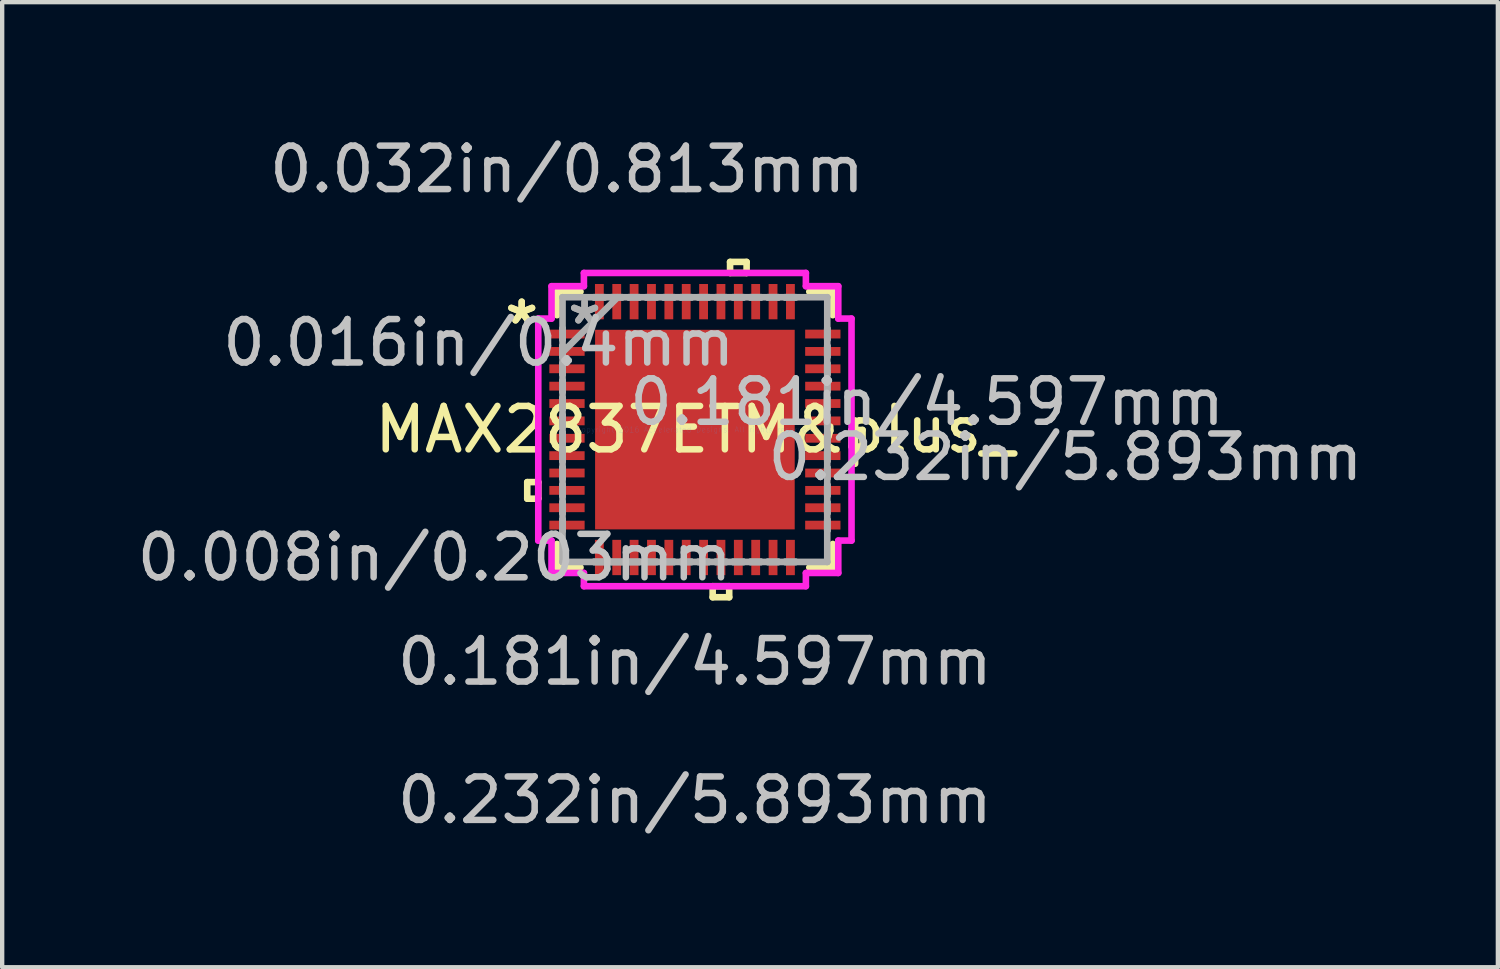
<source format=kicad_pcb>
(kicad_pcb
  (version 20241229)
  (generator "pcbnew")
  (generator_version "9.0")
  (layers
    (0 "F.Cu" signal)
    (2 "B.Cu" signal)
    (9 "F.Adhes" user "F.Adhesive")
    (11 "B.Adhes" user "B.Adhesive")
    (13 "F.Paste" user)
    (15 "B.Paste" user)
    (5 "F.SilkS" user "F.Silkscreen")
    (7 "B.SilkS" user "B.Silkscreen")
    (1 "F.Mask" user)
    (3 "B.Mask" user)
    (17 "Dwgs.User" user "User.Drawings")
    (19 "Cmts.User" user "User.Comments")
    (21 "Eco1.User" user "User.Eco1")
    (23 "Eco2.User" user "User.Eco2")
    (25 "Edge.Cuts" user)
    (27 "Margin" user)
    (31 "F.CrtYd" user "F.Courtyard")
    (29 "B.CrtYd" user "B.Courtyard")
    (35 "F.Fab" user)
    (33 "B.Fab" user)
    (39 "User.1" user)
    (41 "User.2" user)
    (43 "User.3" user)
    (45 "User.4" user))
  (footprint "MAX2837ETM&plus_"
    (layer "F.Cu")
    (at 12.953 6.843)
    (property "Reference" "MAX2837ETM&plus_" (at 0 0 0) (layer "F.SilkS") (effects (font (size 1 1) (thickness 0.15))))
    (attr through_hole)
    (fp_line (start -3.861 1.21) (end -3.861 1.591) (stroke (width 0.152) (type solid)) (layer "F.SilkS"))
    (fp_line (start -3.861 1.591) (end -3.607 1.591) (stroke (width 0.152) (type solid)) (layer "F.SilkS"))
    (fp_line (start -3.607 1.21) (end -3.861 1.21) (stroke (width 0.152) (type solid)) (layer "F.SilkS"))
    (fp_line (start -3.607 1.591) (end -3.607 1.21) (stroke (width 0.152) (type solid)) (layer "F.SilkS"))
    (fp_line (start -3.175 -3.175) (end -3.175 -2.634) (stroke (width 0.152) (type solid)) (layer "F.SilkS"))
    (fp_line (start -3.175 2.634) (end -3.175 3.175) (stroke (width 0.152) (type solid)) (layer "F.SilkS"))
    (fp_line (start -3.175 3.175) (end -2.634 3.175) (stroke (width 0.152) (type solid)) (layer "F.SilkS"))
    (fp_line (start -2.634 -3.175) (end -3.175 -3.175) (stroke (width 0.152) (type solid)) (layer "F.SilkS"))
    (fp_line (start 0.409 3.607) (end 0.409 3.861) (stroke (width 0.152) (type solid)) (layer "F.SilkS"))
    (fp_line (start 0.409 3.861) (end 0.79 3.861) (stroke (width 0.152) (type solid)) (layer "F.SilkS"))
    (fp_line (start 0.79 3.607) (end 0.409 3.607) (stroke (width 0.152) (type solid)) (layer "F.SilkS"))
    (fp_line (start 0.79 3.861) (end 0.79 3.607) (stroke (width 0.152) (type solid)) (layer "F.SilkS"))
    (fp_line (start 0.81 -3.861) (end 1.191 -3.861) (stroke (width 0.152) (type solid)) (layer "F.SilkS"))
    (fp_line (start 0.81 -3.607) (end 0.81 -3.861) (stroke (width 0.152) (type solid)) (layer "F.SilkS"))
    (fp_line (start 1.191 -3.861) (end 1.191 -3.607) (stroke (width 0.152) (type solid)) (layer "F.SilkS"))
    (fp_line (start 1.191 -3.607) (end 0.81 -3.607) (stroke (width 0.152) (type solid)) (layer "F.SilkS"))
    (fp_line (start 2.634 3.175) (end 3.175 3.175) (stroke (width 0.152) (type solid)) (layer "F.SilkS"))
    (fp_line (start 3.175 -3.175) (end 2.634 -3.175) (stroke (width 0.152) (type solid)) (layer "F.SilkS"))
    (fp_line (start 3.175 -2.634) (end 3.175 -3.175) (stroke (width 0.152) (type solid)) (layer "F.SilkS"))
    (fp_line (start 3.175 3.175) (end 3.175 2.634) (stroke (width 0.152) (type solid)) (layer "F.SilkS"))
    (fp_line (start 3.607 0.009) (end 3.861 0.009) (stroke (width 0.152) (type solid)) (layer "F.SilkS"))
    (fp_line (start 3.607 0.391) (end 3.607 0.009) (stroke (width 0.152) (type solid)) (layer "F.SilkS"))
    (fp_line (start 3.861 0.009) (end 3.861 0.391) (stroke (width 0.152) (type solid)) (layer "F.SilkS"))
    (fp_line (start 3.861 0.391) (end 3.607 0.391) (stroke (width 0.152) (type solid)) (layer "F.SilkS"))
    (fp_line (start -2.199 -2.199) (end -2.199 -0.866) (stroke (width 0.152) (type solid)) (layer "F.Paste"))
    (fp_line (start -2.199 -0.866) (end -0.866 -0.866) (stroke (width 0.152) (type solid)) (layer "F.Paste"))
    (fp_line (start -2.199 -0.666) (end -2.199 0.666) (stroke (width 0.152) (type solid)) (layer "F.Paste"))
    (fp_line (start -2.199 0.666) (end -0.866 0.666) (stroke (width 0.152) (type solid)) (layer "F.Paste"))
    (fp_line (start -2.199 0.866) (end -2.199 2.199) (stroke (width 0.152) (type solid)) (layer "F.Paste"))
    (fp_line (start -2.199 2.199) (end -0.866 2.199) (stroke (width 0.152) (type solid)) (layer "F.Paste"))
    (fp_line (start -0.866 -2.199) (end -2.199 -2.199) (stroke (width 0.152) (type solid)) (layer "F.Paste"))
    (fp_line (start -0.866 -0.866) (end -0.866 -2.199) (stroke (width 0.152) (type solid)) (layer "F.Paste"))
    (fp_line (start -0.866 -0.666) (end -2.199 -0.666) (stroke (width 0.152) (type solid)) (layer "F.Paste"))
    (fp_line (start -0.866 0.666) (end -0.866 -0.666) (stroke (width 0.152) (type solid)) (layer "F.Paste"))
    (fp_line (start -0.866 0.866) (end -2.199 0.866) (stroke (width 0.152) (type solid)) (layer "F.Paste"))
    (fp_line (start -0.866 2.199) (end -0.866 0.866) (stroke (width 0.152) (type solid)) (layer "F.Paste"))
    (fp_line (start -0.666 -2.199) (end -0.666 -0.866) (stroke (width 0.152) (type solid)) (layer "F.Paste"))
    (fp_line (start -0.666 -0.866) (end 0.666 -0.866) (stroke (width 0.152) (type solid)) (layer "F.Paste"))
    (fp_line (start -0.666 -0.666) (end -0.666 0.666) (stroke (width 0.152) (type solid)) (layer "F.Paste"))
    (fp_line (start -0.666 0.666) (end 0.666 0.666) (stroke (width 0.152) (type solid)) (layer "F.Paste"))
    (fp_line (start -0.666 0.866) (end -0.666 2.199) (stroke (width 0.152) (type solid)) (layer "F.Paste"))
    (fp_line (start -0.666 2.199) (end 0.666 2.199) (stroke (width 0.152) (type solid)) (layer "F.Paste"))
    (fp_line (start 0.666 -2.199) (end -0.666 -2.199) (stroke (width 0.152) (type solid)) (layer "F.Paste"))
    (fp_line (start 0.666 -0.866) (end 0.666 -2.199) (stroke (width 0.152) (type solid)) (layer "F.Paste"))
    (fp_line (start 0.666 -0.666) (end -0.666 -0.666) (stroke (width 0.152) (type solid)) (layer "F.Paste"))
    (fp_line (start 0.666 0.666) (end 0.666 -0.666) (stroke (width 0.152) (type solid)) (layer "F.Paste"))
    (fp_line (start 0.666 0.866) (end -0.666 0.866) (stroke (width 0.152) (type solid)) (layer "F.Paste"))
    (fp_line (start 0.666 2.199) (end 0.666 0.866) (stroke (width 0.152) (type solid)) (layer "F.Paste"))
    (fp_line (start 0.866 -2.199) (end 0.866 -0.866) (stroke (width 0.152) (type solid)) (layer "F.Paste"))
    (fp_line (start 0.866 -0.866) (end 2.199 -0.866) (stroke (width 0.152) (type solid)) (layer "F.Paste"))
    (fp_line (start 0.866 -0.666) (end 0.866 0.666) (stroke (width 0.152) (type solid)) (layer "F.Paste"))
    (fp_line (start 0.866 0.666) (end 2.199 0.666) (stroke (width 0.152) (type solid)) (layer "F.Paste"))
    (fp_line (start 0.866 0.866) (end 0.866 2.199) (stroke (width 0.152) (type solid)) (layer "F.Paste"))
    (fp_line (start 0.866 2.199) (end 2.199 2.199) (stroke (width 0.152) (type solid)) (layer "F.Paste"))
    (fp_line (start 2.199 -2.199) (end 0.866 -2.199) (stroke (width 0.152) (type solid)) (layer "F.Paste"))
    (fp_line (start 2.199 -0.866) (end 2.199 -2.199) (stroke (width 0.152) (type solid)) (layer "F.Paste"))
    (fp_line (start 2.199 -0.666) (end 0.866 -0.666) (stroke (width 0.152) (type solid)) (layer "F.Paste"))
    (fp_line (start 2.199 0.666) (end 2.199 -0.666) (stroke (width 0.152) (type solid)) (layer "F.Paste"))
    (fp_line (start 2.199 0.866) (end 0.866 0.866) (stroke (width 0.152) (type solid)) (layer "F.Paste"))
    (fp_line (start 2.199 2.199) (end 2.199 0.866) (stroke (width 0.152) (type solid)) (layer "F.Paste"))
    (fp_line (start -3.607 -2.556) (end -3.302 -2.556) (stroke (width 0.152) (type solid)) (layer "F.CrtYd"))
    (fp_line (start -3.607 2.556) (end -3.607 -2.556) (stroke (width 0.152) (type solid)) (layer "F.CrtYd"))
    (fp_line (start -3.302 -3.302) (end -2.556 -3.302) (stroke (width 0.152) (type solid)) (layer "F.CrtYd"))
    (fp_line (start -3.302 -2.556) (end -3.302 -3.302) (stroke (width 0.152) (type solid)) (layer "F.CrtYd"))
    (fp_line (start -3.302 2.556) (end -3.607 2.556) (stroke (width 0.152) (type solid)) (layer "F.CrtYd"))
    (fp_line (start -3.302 3.302) (end -3.302 2.556) (stroke (width 0.152) (type solid)) (layer "F.CrtYd"))
    (fp_line (start -2.556 -3.607) (end 2.556 -3.607) (stroke (width 0.152) (type solid)) (layer "F.CrtYd"))
    (fp_line (start -2.556 -3.302) (end -2.556 -3.607) (stroke (width 0.152) (type solid)) (layer "F.CrtYd"))
    (fp_line (start -2.556 3.302) (end -3.302 3.302) (stroke (width 0.152) (type solid)) (layer "F.CrtYd"))
    (fp_line (start -2.556 3.607) (end -2.556 3.302) (stroke (width 0.152) (type solid)) (layer "F.CrtYd"))
    (fp_line (start 2.556 -3.607) (end 2.556 -3.302) (stroke (width 0.152) (type solid)) (layer "F.CrtYd"))
    (fp_line (start 2.556 -3.302) (end 3.302 -3.302) (stroke (width 0.152) (type solid)) (layer "F.CrtYd"))
    (fp_line (start 2.556 3.302) (end 2.556 3.607) (stroke (width 0.152) (type solid)) (layer "F.CrtYd"))
    (fp_line (start 2.556 3.607) (end -2.556 3.607) (stroke (width 0.152) (type solid)) (layer "F.CrtYd"))
    (fp_line (start 3.302 -3.302) (end 3.302 -2.556) (stroke (width 0.152) (type solid)) (layer "F.CrtYd"))
    (fp_line (start 3.302 -2.556) (end 3.607 -2.556) (stroke (width 0.152) (type solid)) (layer "F.CrtYd"))
    (fp_line (start 3.302 2.556) (end 3.302 3.302) (stroke (width 0.152) (type solid)) (layer "F.CrtYd"))
    (fp_line (start 3.302 3.302) (end 2.556 3.302) (stroke (width 0.152) (type solid)) (layer "F.CrtYd"))
    (fp_line (start 3.607 -2.556) (end 3.607 2.556) (stroke (width 0.152) (type solid)) (layer "F.CrtYd"))
    (fp_line (start 3.607 2.556) (end 3.302 2.556) (stroke (width 0.152) (type solid)) (layer "F.CrtYd"))
    (fp_line (start -3.048 -3.048) (end -3.048 -3.048) (stroke (width 0.152) (type solid)) (layer "F.Fab"))
    (fp_line (start -3.048 -3.048) (end -3.048 3.048) (stroke (width 0.152) (type solid)) (layer "F.Fab"))
    (fp_line (start -3.048 -2.327) (end -3.048 -2.327) (stroke (width 0.152) (type solid)) (layer "F.Fab"))
    (fp_line (start -3.048 -2.327) (end -3.048 -2.073) (stroke (width 0.152) (type solid)) (layer "F.Fab"))
    (fp_line (start -3.048 -2.073) (end -3.048 -2.327) (stroke (width 0.152) (type solid)) (layer "F.Fab"))
    (fp_line (start -3.048 -2.073) (end -3.048 -2.073) (stroke (width 0.152) (type solid)) (layer "F.Fab"))
    (fp_line (start -3.048 -1.927) (end -3.048 -1.927) (stroke (width 0.152) (type solid)) (layer "F.Fab"))
    (fp_line (start -3.048 -1.927) (end -3.048 -1.673) (stroke (width 0.152) (type solid)) (layer "F.Fab"))
    (fp_line (start -3.048 -1.778) (end -1.778 -3.048) (stroke (width 0.152) (type solid)) (layer "F.Fab"))
    (fp_line (start -3.048 -1.673) (end -3.048 -1.927) (stroke (width 0.152) (type solid)) (layer "F.Fab"))
    (fp_line (start -3.048 -1.673) (end -3.048 -1.673) (stroke (width 0.152) (type solid)) (layer "F.Fab"))
    (fp_line (start -3.048 -1.527) (end -3.048 -1.527) (stroke (width 0.152) (type solid)) (layer "F.Fab"))
    (fp_line (start -3.048 -1.527) (end -3.048 -1.273) (stroke (width 0.152) (type solid)) (layer "F.Fab"))
    (fp_line (start -3.048 -1.273) (end -3.048 -1.527) (stroke (width 0.152) (type solid)) (layer "F.Fab"))
    (fp_line (start -3.048 -1.273) (end -3.048 -1.273) (stroke (width 0.152) (type solid)) (layer "F.Fab"))
    (fp_line (start -3.048 -1.127) (end -3.048 -1.127) (stroke (width 0.152) (type solid)) (layer "F.Fab"))
    (fp_line (start -3.048 -1.127) (end -3.048 -0.873) (stroke (width 0.152) (type solid)) (layer "F.Fab"))
    (fp_line (start -3.048 -0.873) (end -3.048 -1.127) (stroke (width 0.152) (type solid)) (layer "F.Fab"))
    (fp_line (start -3.048 -0.873) (end -3.048 -0.873) (stroke (width 0.152) (type solid)) (layer "F.Fab"))
    (fp_line (start -3.048 -0.727) (end -3.048 -0.727) (stroke (width 0.152) (type solid)) (layer "F.Fab"))
    (fp_line (start -3.048 -0.727) (end -3.048 -0.473) (stroke (width 0.152) (type solid)) (layer "F.Fab"))
    (fp_line (start -3.048 -0.473) (end -3.048 -0.727) (stroke (width 0.152) (type solid)) (layer "F.Fab"))
    (fp_line (start -3.048 -0.473) (end -3.048 -0.473) (stroke (width 0.152) (type solid)) (layer "F.Fab"))
    (fp_line (start -3.048 -0.327) (end -3.048 -0.327) (stroke (width 0.152) (type solid)) (layer "F.Fab"))
    (fp_line (start -3.048 -0.327) (end -3.048 -0.073) (stroke (width 0.152) (type solid)) (layer "F.Fab"))
    (fp_line (start -3.048 -0.073) (end -3.048 -0.327) (stroke (width 0.152) (type solid)) (layer "F.Fab"))
    (fp_line (start -3.048 -0.073) (end -3.048 -0.073) (stroke (width 0.152) (type solid)) (layer "F.Fab"))
    (fp_line (start -3.048 0.073) (end -3.048 0.073) (stroke (width 0.152) (type solid)) (layer "F.Fab"))
    (fp_line (start -3.048 0.073) (end -3.048 0.327) (stroke (width 0.152) (type solid)) (layer "F.Fab"))
    (fp_line (start -3.048 0.327) (end -3.048 0.073) (stroke (width 0.152) (type solid)) (layer "F.Fab"))
    (fp_line (start -3.048 0.327) (end -3.048 0.327) (stroke (width 0.152) (type solid)) (layer "F.Fab"))
    (fp_line (start -3.048 0.473) (end -3.048 0.473) (stroke (width 0.152) (type solid)) (layer "F.Fab"))
    (fp_line (start -3.048 0.473) (end -3.048 0.727) (stroke (width 0.152) (type solid)) (layer "F.Fab"))
    (fp_line (start -3.048 0.727) (end -3.048 0.473) (stroke (width 0.152) (type solid)) (layer "F.Fab"))
    (fp_line (start -3.048 0.727) (end -3.048 0.727) (stroke (width 0.152) (type solid)) (layer "F.Fab"))
    (fp_line (start -3.048 0.873) (end -3.048 0.873) (stroke (width 0.152) (type solid)) (layer "F.Fab"))
    (fp_line (start -3.048 0.873) (end -3.048 1.127) (stroke (width 0.152) (type solid)) (layer "F.Fab"))
    (fp_line (start -3.048 1.127) (end -3.048 0.873) (stroke (width 0.152) (type solid)) (layer "F.Fab"))
    (fp_line (start -3.048 1.127) (end -3.048 1.127) (stroke (width 0.152) (type solid)) (layer "F.Fab"))
    (fp_line (start -3.048 1.273) (end -3.048 1.273) (stroke (width 0.152) (type solid)) (layer "F.Fab"))
    (fp_line (start -3.048 1.273) (end -3.048 1.527) (stroke (width 0.152) (type solid)) (layer "F.Fab"))
    (fp_line (start -3.048 1.527) (end -3.048 1.273) (stroke (width 0.152) (type solid)) (layer "F.Fab"))
    (fp_line (start -3.048 1.527) (end -3.048 1.527) (stroke (width 0.152) (type solid)) (layer "F.Fab"))
    (fp_line (start -3.048 1.673) (end -3.048 1.673) (stroke (width 0.152) (type solid)) (layer "F.Fab"))
    (fp_line (start -3.048 1.673) (end -3.048 1.927) (stroke (width 0.152) (type solid)) (layer "F.Fab"))
    (fp_line (start -3.048 1.927) (end -3.048 1.673) (stroke (width 0.152) (type solid)) (layer "F.Fab"))
    (fp_line (start -3.048 1.927) (end -3.048 1.927) (stroke (width 0.152) (type solid)) (layer "F.Fab"))
    (fp_line (start -3.048 2.073) (end -3.048 2.073) (stroke (width 0.152) (type solid)) (layer "F.Fab"))
    (fp_line (start -3.048 2.073) (end -3.048 2.327) (stroke (width 0.152) (type solid)) (layer "F.Fab"))
    (fp_line (start -3.048 2.327) (end -3.048 2.073) (stroke (width 0.152) (type solid)) (layer "F.Fab"))
    (fp_line (start -3.048 2.327) (end -3.048 2.327) (stroke (width 0.152) (type solid)) (layer "F.Fab"))
    (fp_line (start -3.048 3.048) (end -3.048 3.048) (stroke (width 0.152) (type solid)) (layer "F.Fab"))
    (fp_line (start -3.048 3.048) (end 3.048 3.048) (stroke (width 0.152) (type solid)) (layer "F.Fab"))
    (fp_line (start -2.327 -3.048) (end -2.327 -3.048) (stroke (width 0.152) (type solid)) (layer "F.Fab"))
    (fp_line (start -2.327 -3.048) (end -2.073 -3.048) (stroke (width 0.152) (type solid)) (layer "F.Fab"))
    (fp_line (start -2.327 3.048) (end -2.327 3.048) (stroke (width 0.152) (type solid)) (layer "F.Fab"))
    (fp_line (start -2.327 3.048) (end -2.073 3.048) (stroke (width 0.152) (type solid)) (layer "F.Fab"))
    (fp_line (start -2.073 -3.048) (end -2.327 -3.048) (stroke (width 0.152) (type solid)) (layer "F.Fab"))
    (fp_line (start -2.073 -3.048) (end -2.073 -3.048) (stroke (width 0.152) (type solid)) (layer "F.Fab"))
    (fp_line (start -2.073 3.048) (end -2.327 3.048) (stroke (width 0.152) (type solid)) (layer "F.Fab"))
    (fp_line (start -2.073 3.048) (end -2.073 3.048) (stroke (width 0.152) (type solid)) (layer "F.Fab"))
    (fp_line (start -1.927 -3.048) (end -1.927 -3.048) (stroke (width 0.152) (type solid)) (layer "F.Fab"))
    (fp_line (start -1.927 -3.048) (end -1.673 -3.048) (stroke (width 0.152) (type solid)) (layer "F.Fab"))
    (fp_line (start -1.927 3.048) (end -1.927 3.048) (stroke (width 0.152) (type solid)) (layer "F.Fab"))
    (fp_line (start -1.927 3.048) (end -1.673 3.048) (stroke (width 0.152) (type solid)) (layer "F.Fab"))
    (fp_line (start -1.673 -3.048) (end -1.927 -3.048) (stroke (width 0.152) (type solid)) (layer "F.Fab"))
    (fp_line (start -1.673 -3.048) (end -1.673 -3.048) (stroke (width 0.152) (type solid)) (layer "F.Fab"))
    (fp_line (start -1.673 3.048) (end -1.927 3.048) (stroke (width 0.152) (type solid)) (layer "F.Fab"))
    (fp_line (start -1.673 3.048) (end -1.673 3.048) (stroke (width 0.152) (type solid)) (layer "F.Fab"))
    (fp_line (start -1.527 -3.048) (end -1.527 -3.048) (stroke (width 0.152) (type solid)) (layer "F.Fab"))
    (fp_line (start -1.527 -3.048) (end -1.273 -3.048) (stroke (width 0.152) (type solid)) (layer "F.Fab"))
    (fp_line (start -1.527 3.048) (end -1.527 3.048) (stroke (width 0.152) (type solid)) (layer "F.Fab"))
    (fp_line (start -1.527 3.048) (end -1.273 3.048) (stroke (width 0.152) (type solid)) (layer "F.Fab"))
    (fp_line (start -1.273 -3.048) (end -1.527 -3.048) (stroke (width 0.152) (type solid)) (layer "F.Fab"))
    (fp_line (start -1.273 -3.048) (end -1.273 -3.048) (stroke (width 0.152) (type solid)) (layer "F.Fab"))
    (fp_line (start -1.273 3.048) (end -1.527 3.048) (stroke (width 0.152) (type solid)) (layer "F.Fab"))
    (fp_line (start -1.273 3.048) (end -1.273 3.048) (stroke (width 0.152) (type solid)) (layer "F.Fab"))
    (fp_line (start -1.127 -3.048) (end -1.127 -3.048) (stroke (width 0.152) (type solid)) (layer "F.Fab"))
    (fp_line (start -1.127 -3.048) (end -0.873 -3.048) (stroke (width 0.152) (type solid)) (layer "F.Fab"))
    (fp_line (start -1.127 3.048) (end -1.127 3.048) (stroke (width 0.152) (type solid)) (layer "F.Fab"))
    (fp_line (start -1.127 3.048) (end -0.873 3.048) (stroke (width 0.152) (type solid)) (layer "F.Fab"))
    (fp_line (start -0.873 -3.048) (end -1.127 -3.048) (stroke (width 0.152) (type solid)) (layer "F.Fab"))
    (fp_line (start -0.873 -3.048) (end -0.873 -3.048) (stroke (width 0.152) (type solid)) (layer "F.Fab"))
    (fp_line (start -0.873 3.048) (end -1.127 3.048) (stroke (width 0.152) (type solid)) (layer "F.Fab"))
    (fp_line (start -0.873 3.048) (end -0.873 3.048) (stroke (width 0.152) (type solid)) (layer "F.Fab"))
    (fp_line (start -0.727 -3.048) (end -0.727 -3.048) (stroke (width 0.152) (type solid)) (layer "F.Fab"))
    (fp_line (start -0.727 -3.048) (end -0.473 -3.048) (stroke (width 0.152) (type solid)) (layer "F.Fab"))
    (fp_line (start -0.727 3.048) (end -0.727 3.048) (stroke (width 0.152) (type solid)) (layer "F.Fab"))
    (fp_line (start -0.727 3.048) (end -0.473 3.048) (stroke (width 0.152) (type solid)) (layer "F.Fab"))
    (fp_line (start -0.473 -3.048) (end -0.727 -3.048) (stroke (width 0.152) (type solid)) (layer "F.Fab"))
    (fp_line (start -0.473 -3.048) (end -0.473 -3.048) (stroke (width 0.152) (type solid)) (layer "F.Fab"))
    (fp_line (start -0.473 3.048) (end -0.727 3.048) (stroke (width 0.152) (type solid)) (layer "F.Fab"))
    (fp_line (start -0.473 3.048) (end -0.473 3.048) (stroke (width 0.152) (type solid)) (layer "F.Fab"))
    (fp_line (start -0.327 -3.048) (end -0.327 -3.048) (stroke (width 0.152) (type solid)) (layer "F.Fab"))
    (fp_line (start -0.327 -3.048) (end -0.073 -3.048) (stroke (width 0.152) (type solid)) (layer "F.Fab"))
    (fp_line (start -0.327 3.048) (end -0.327 3.048) (stroke (width 0.152) (type solid)) (layer "F.Fab"))
    (fp_line (start -0.327 3.048) (end -0.073 3.048) (stroke (width 0.152) (type solid)) (layer "F.Fab"))
    (fp_line (start -0.073 -3.048) (end -0.327 -3.048) (stroke (width 0.152) (type solid)) (layer "F.Fab"))
    (fp_line (start -0.073 -3.048) (end -0.073 -3.048) (stroke (width 0.152) (type solid)) (layer "F.Fab"))
    (fp_line (start -0.073 3.048) (end -0.327 3.048) (stroke (width 0.152) (type solid)) (layer "F.Fab"))
    (fp_line (start -0.073 3.048) (end -0.073 3.048) (stroke (width 0.152) (type solid)) (layer "F.Fab"))
    (fp_line (start 0.073 -3.048) (end 0.073 -3.048) (stroke (width 0.152) (type solid)) (layer "F.Fab"))
    (fp_line (start 0.073 -3.048) (end 0.327 -3.048) (stroke (width 0.152) (type solid)) (layer "F.Fab"))
    (fp_line (start 0.073 3.048) (end 0.073 3.048) (stroke (width 0.152) (type solid)) (layer "F.Fab"))
    (fp_line (start 0.073 3.048) (end 0.327 3.048) (stroke (width 0.152) (type solid)) (layer "F.Fab"))
    (fp_line (start 0.327 -3.048) (end 0.073 -3.048) (stroke (width 0.152) (type solid)) (layer "F.Fab"))
    (fp_line (start 0.327 -3.048) (end 0.327 -3.048) (stroke (width 0.152) (type solid)) (layer "F.Fab"))
    (fp_line (start 0.327 3.048) (end 0.073 3.048) (stroke (width 0.152) (type solid)) (layer "F.Fab"))
    (fp_line (start 0.327 3.048) (end 0.327 3.048) (stroke (width 0.152) (type solid)) (layer "F.Fab"))
    (fp_line (start 0.473 -3.048) (end 0.473 -3.048) (stroke (width 0.152) (type solid)) (layer "F.Fab"))
    (fp_line (start 0.473 -3.048) (end 0.727 -3.048) (stroke (width 0.152) (type solid)) (layer "F.Fab"))
    (fp_line (start 0.473 3.048) (end 0.473 3.048) (stroke (width 0.152) (type solid)) (layer "F.Fab"))
    (fp_line (start 0.473 3.048) (end 0.727 3.048) (stroke (width 0.152) (type solid)) (layer "F.Fab"))
    (fp_line (start 0.727 -3.048) (end 0.473 -3.048) (stroke (width 0.152) (type solid)) (layer "F.Fab"))
    (fp_line (start 0.727 -3.048) (end 0.727 -3.048) (stroke (width 0.152) (type solid)) (layer "F.Fab"))
    (fp_line (start 0.727 3.048) (end 0.473 3.048) (stroke (width 0.152) (type solid)) (layer "F.Fab"))
    (fp_line (start 0.727 3.048) (end 0.727 3.048) (stroke (width 0.152) (type solid)) (layer "F.Fab"))
    (fp_line (start 0.873 -3.048) (end 0.873 -3.048) (stroke (width 0.152) (type solid)) (layer "F.Fab"))
    (fp_line (start 0.873 -3.048) (end 1.127 -3.048) (stroke (width 0.152) (type solid)) (layer "F.Fab"))
    (fp_line (start 0.873 3.048) (end 0.873 3.048) (stroke (width 0.152) (type solid)) (layer "F.Fab"))
    (fp_line (start 0.873 3.048) (end 1.127 3.048) (stroke (width 0.152) (type solid)) (layer "F.Fab"))
    (fp_line (start 1.127 -3.048) (end 0.873 -3.048) (stroke (width 0.152) (type solid)) (layer "F.Fab"))
    (fp_line (start 1.127 -3.048) (end 1.127 -3.048) (stroke (width 0.152) (type solid)) (layer "F.Fab"))
    (fp_line (start 1.127 3.048) (end 0.873 3.048) (stroke (width 0.152) (type solid)) (layer "F.Fab"))
    (fp_line (start 1.127 3.048) (end 1.127 3.048) (stroke (width 0.152) (type solid)) (layer "F.Fab"))
    (fp_line (start 1.273 -3.048) (end 1.273 -3.048) (stroke (width 0.152) (type solid)) (layer "F.Fab"))
    (fp_line (start 1.273 -3.048) (end 1.527 -3.048) (stroke (width 0.152) (type solid)) (layer "F.Fab"))
    (fp_line (start 1.273 3.048) (end 1.273 3.048) (stroke (width 0.152) (type solid)) (layer "F.Fab"))
    (fp_line (start 1.273 3.048) (end 1.527 3.048) (stroke (width 0.152) (type solid)) (layer "F.Fab"))
    (fp_line (start 1.527 -3.048) (end 1.273 -3.048) (stroke (width 0.152) (type solid)) (layer "F.Fab"))
    (fp_line (start 1.527 -3.048) (end 1.527 -3.048) (stroke (width 0.152) (type solid)) (layer "F.Fab"))
    (fp_line (start 1.527 3.048) (end 1.273 3.048) (stroke (width 0.152) (type solid)) (layer "F.Fab"))
    (fp_line (start 1.527 3.048) (end 1.527 3.048) (stroke (width 0.152) (type solid)) (layer "F.Fab"))
    (fp_line (start 1.673 -3.048) (end 1.673 -3.048) (stroke (width 0.152) (type solid)) (layer "F.Fab"))
    (fp_line (start 1.673 -3.048) (end 1.927 -3.048) (stroke (width 0.152) (type solid)) (layer "F.Fab"))
    (fp_line (start 1.673 3.048) (end 1.673 3.048) (stroke (width 0.152) (type solid)) (layer "F.Fab"))
    (fp_line (start 1.673 3.048) (end 1.927 3.048) (stroke (width 0.152) (type solid)) (layer "F.Fab"))
    (fp_line (start 1.927 -3.048) (end 1.673 -3.048) (stroke (width 0.152) (type solid)) (layer "F.Fab"))
    (fp_line (start 1.927 -3.048) (end 1.927 -3.048) (stroke (width 0.152) (type solid)) (layer "F.Fab"))
    (fp_line (start 1.927 3.048) (end 1.673 3.048) (stroke (width 0.152) (type solid)) (layer "F.Fab"))
    (fp_line (start 1.927 3.048) (end 1.927 3.048) (stroke (width 0.152) (type solid)) (layer "F.Fab"))
    (fp_line (start 2.073 -3.048) (end 2.073 -3.048) (stroke (width 0.152) (type solid)) (layer "F.Fab"))
    (fp_line (start 2.073 -3.048) (end 2.327 -3.048) (stroke (width 0.152) (type solid)) (layer "F.Fab"))
    (fp_line (start 2.073 3.048) (end 2.073 3.048) (stroke (width 0.152) (type solid)) (layer "F.Fab"))
    (fp_line (start 2.073 3.048) (end 2.327 3.048) (stroke (width 0.152) (type solid)) (layer "F.Fab"))
    (fp_line (start 2.327 -3.048) (end 2.073 -3.048) (stroke (width 0.152) (type solid)) (layer "F.Fab"))
    (fp_line (start 2.327 -3.048) (end 2.327 -3.048) (stroke (width 0.152) (type solid)) (layer "F.Fab"))
    (fp_line (start 2.327 3.048) (end 2.073 3.048) (stroke (width 0.152) (type solid)) (layer "F.Fab"))
    (fp_line (start 2.327 3.048) (end 2.327 3.048) (stroke (width 0.152) (type solid)) (layer "F.Fab"))
    (fp_line (start 3.048 -3.048) (end -3.048 -3.048) (stroke (width 0.152) (type solid)) (layer "F.Fab"))
    (fp_line (start 3.048 -3.048) (end 3.048 -3.048) (stroke (width 0.152) (type solid)) (layer "F.Fab"))
    (fp_line (start 3.048 -2.327) (end 3.048 -2.327) (stroke (width 0.152) (type solid)) (layer "F.Fab"))
    (fp_line (start 3.048 -2.327) (end 3.048 -2.073) (stroke (width 0.152) (type solid)) (layer "F.Fab"))
    (fp_line (start 3.048 -2.073) (end 3.048 -2.327) (stroke (width 0.152) (type solid)) (layer "F.Fab"))
    (fp_line (start 3.048 -2.073) (end 3.048 -2.073) (stroke (width 0.152) (type solid)) (layer "F.Fab"))
    (fp_line (start 3.048 -1.927) (end 3.048 -1.927) (stroke (width 0.152) (type solid)) (layer "F.Fab"))
    (fp_line (start 3.048 -1.927) (end 3.048 -1.673) (stroke (width 0.152) (type solid)) (layer "F.Fab"))
    (fp_line (start 3.048 -1.673) (end 3.048 -1.927) (stroke (width 0.152) (type solid)) (layer "F.Fab"))
    (fp_line (start 3.048 -1.673) (end 3.048 -1.673) (stroke (width 0.152) (type solid)) (layer "F.Fab"))
    (fp_line (start 3.048 -1.527) (end 3.048 -1.527) (stroke (width 0.152) (type solid)) (layer "F.Fab"))
    (fp_line (start 3.048 -1.527) (end 3.048 -1.273) (stroke (width 0.152) (type solid)) (layer "F.Fab"))
    (fp_line (start 3.048 -1.273) (end 3.048 -1.527) (stroke (width 0.152) (type solid)) (layer "F.Fab"))
    (fp_line (start 3.048 -1.273) (end 3.048 -1.273) (stroke (width 0.152) (type solid)) (layer "F.Fab"))
    (fp_line (start 3.048 -1.127) (end 3.048 -1.127) (stroke (width 0.152) (type solid)) (layer "F.Fab"))
    (fp_line (start 3.048 -1.127) (end 3.048 -0.873) (stroke (width 0.152) (type solid)) (layer "F.Fab"))
    (fp_line (start 3.048 -0.873) (end 3.048 -1.127) (stroke (width 0.152) (type solid)) (layer "F.Fab"))
    (fp_line (start 3.048 -0.873) (end 3.048 -0.873) (stroke (width 0.152) (type solid)) (layer "F.Fab"))
    (fp_line (start 3.048 -0.727) (end 3.048 -0.727) (stroke (width 0.152) (type solid)) (layer "F.Fab"))
    (fp_line (start 3.048 -0.727) (end 3.048 -0.473) (stroke (width 0.152) (type solid)) (layer "F.Fab"))
    (fp_line (start 3.048 -0.473) (end 3.048 -0.727) (stroke (width 0.152) (type solid)) (layer "F.Fab"))
    (fp_line (start 3.048 -0.473) (end 3.048 -0.473) (stroke (width 0.152) (type solid)) (layer "F.Fab"))
    (fp_line (start 3.048 -0.327) (end 3.048 -0.327) (stroke (width 0.152) (type solid)) (layer "F.Fab"))
    (fp_line (start 3.048 -0.327) (end 3.048 -0.073) (stroke (width 0.152) (type solid)) (layer "F.Fab"))
    (fp_line (start 3.048 -0.073) (end 3.048 -0.327) (stroke (width 0.152) (type solid)) (layer "F.Fab"))
    (fp_line (start 3.048 -0.073) (end 3.048 -0.073) (stroke (width 0.152) (type solid)) (layer "F.Fab"))
    (fp_line (start 3.048 0.073) (end 3.048 0.073) (stroke (width 0.152) (type solid)) (layer "F.Fab"))
    (fp_line (start 3.048 0.073) (end 3.048 0.327) (stroke (width 0.152) (type solid)) (layer "F.Fab"))
    (fp_line (start 3.048 0.327) (end 3.048 0.073) (stroke (width 0.152) (type solid)) (layer "F.Fab"))
    (fp_line (start 3.048 0.327) (end 3.048 0.327) (stroke (width 0.152) (type solid)) (layer "F.Fab"))
    (fp_line (start 3.048 0.473) (end 3.048 0.473) (stroke (width 0.152) (type solid)) (layer "F.Fab"))
    (fp_line (start 3.048 0.473) (end 3.048 0.727) (stroke (width 0.152) (type solid)) (layer "F.Fab"))
    (fp_line (start 3.048 0.727) (end 3.048 0.473) (stroke (width 0.152) (type solid)) (layer "F.Fab"))
    (fp_line (start 3.048 0.727) (end 3.048 0.727) (stroke (width 0.152) (type solid)) (layer "F.Fab"))
    (fp_line (start 3.048 0.873) (end 3.048 0.873) (stroke (width 0.152) (type solid)) (layer "F.Fab"))
    (fp_line (start 3.048 0.873) (end 3.048 1.127) (stroke (width 0.152) (type solid)) (layer "F.Fab"))
    (fp_line (start 3.048 1.127) (end 3.048 0.873) (stroke (width 0.152) (type solid)) (layer "F.Fab"))
    (fp_line (start 3.048 1.127) (end 3.048 1.127) (stroke (width 0.152) (type solid)) (layer "F.Fab"))
    (fp_line (start 3.048 1.273) (end 3.048 1.273) (stroke (width 0.152) (type solid)) (layer "F.Fab"))
    (fp_line (start 3.048 1.273) (end 3.048 1.527) (stroke (width 0.152) (type solid)) (layer "F.Fab"))
    (fp_line (start 3.048 1.527) (end 3.048 1.273) (stroke (width 0.152) (type solid)) (layer "F.Fab"))
    (fp_line (start 3.048 1.527) (end 3.048 1.527) (stroke (width 0.152) (type solid)) (layer "F.Fab"))
    (fp_line (start 3.048 1.673) (end 3.048 1.673) (stroke (width 0.152) (type solid)) (layer "F.Fab"))
    (fp_line (start 3.048 1.673) (end 3.048 1.927) (stroke (width 0.152) (type solid)) (layer "F.Fab"))
    (fp_line (start 3.048 1.927) (end 3.048 1.673) (stroke (width 0.152) (type solid)) (layer "F.Fab"))
    (fp_line (start 3.048 1.927) (end 3.048 1.927) (stroke (width 0.152) (type solid)) (layer "F.Fab"))
    (fp_line (start 3.048 2.073) (end 3.048 2.073) (stroke (width 0.152) (type solid)) (layer "F.Fab"))
    (fp_line (start 3.048 2.073) (end 3.048 2.327) (stroke (width 0.152) (type solid)) (layer "F.Fab"))
    (fp_line (start 3.048 2.327) (end 3.048 2.073) (stroke (width 0.152) (type solid)) (layer "F.Fab"))
    (fp_line (start 3.048 2.327) (end 3.048 2.327) (stroke (width 0.152) (type solid)) (layer "F.Fab"))
    (fp_line (start 3.048 3.048) (end 3.048 -3.048) (stroke (width 0.152) (type solid)) (layer "F.Fab"))
    (fp_line (start 3.048 3.048) (end 3.048 3.048) (stroke (width 0.152) (type solid)) (layer "F.Fab"))
    (fp_text user "*" (at -3.988 -2.4 0) (layer "F.SilkS") (effects (font (size 1 1) (thickness 0.15))))
    (fp_text user "*" (at -3.988 -2.4 0) (layer "F.SilkS") (effects (font (size 1 1) (thickness 0.15))))
    (fp_text user "0.032in/0.813mm" (at -2.946 -5.994 0) (layer "Dwgs.User") (effects (font (size 1 1) (thickness 0.15))))
    (fp_text user "0.232in/5.893mm" (at 8.534 0.635 0) (layer "Dwgs.User") (effects (font (size 1 1) (thickness 0.15))))
    (fp_text user "0.181in/4.597mm" (at 5.347 -0.635 0) (layer "Dwgs.User") (effects (font (size 1 1) (thickness 0.15))))
    (fp_text user "0.232in/5.893mm" (at 0 8.534 0) (layer "Dwgs.User") (effects (font (size 1 1) (thickness 0.15))))
    (fp_text user "0.016in/0.4mm" (at -4.978 -2 0) (layer "Dwgs.User") (effects (font (size 1 1) (thickness 0.15))))
    (fp_text user "0.181in/4.597mm" (at 0 5.347 0) (layer "Dwgs.User") (effects (font (size 1 1) (thickness 0.15))))
    (fp_text user "0.008in/0.203mm" (at -5.994 2.946 0) (layer "Dwgs.User") (effects (font (size 1 1) (thickness 0.15))))
    (fp_text user "Copyright 2016 Accelerated Designs. All rights reserved." (at 0 0 0) (layer "Cmts.User") (effects (font (size 0.127 0.127) (thickness 0.002))))
    (fp_text user "*" (at -2.54 -2.4 0) (layer "F.Fab") (effects (font (size 1 1) (thickness 0.15))))
    (fp_text user "*" (at -2.54 -2.4 0) (layer "F.Fab") (effects (font (size 1 1) (thickness 0.15))))
    (pad "1" smd rect (at -2.946 -2.2 90) (size 0.203 0.813) (layers "F.Cu" "F.Mask" "F.Paste"))
    (pad "2" smd rect (at -2.946 -1.8 90) (size 0.203 0.813) (layers "F.Cu" "F.Mask" "F.Paste"))
    (pad "3" smd rect (at -2.946 -1.4 90) (size 0.203 0.813) (layers "F.Cu" "F.Mask" "F.Paste"))
    (pad "4" smd rect (at -2.946 -1 90) (size 0.203 0.813) (layers "F.Cu" "F.Mask" "F.Paste"))
    (pad "5" smd rect (at -2.946 -0.6 90) (size 0.203 0.813) (layers "F.Cu" "F.Mask" "F.Paste"))
    (pad "6" smd rect (at -2.946 -0.2 90) (size 0.203 0.813) (layers "F.Cu" "F.Mask" "F.Paste"))
    (pad "7" smd rect (at -2.946 0.2 90) (size 0.203 0.813) (layers "F.Cu" "F.Mask" "F.Paste"))
    (pad "8" smd rect (at -2.946 0.6 90) (size 0.203 0.813) (layers "F.Cu" "F.Mask" "F.Paste"))
    (pad "9" smd rect (at -2.946 1 90) (size 0.203 0.813) (layers "F.Cu" "F.Mask" "F.Paste"))
    (pad "10" smd rect (at -2.946 1.4 90) (size 0.203 0.813) (layers "F.Cu" "F.Mask" "F.Paste"))
    (pad "11" smd rect (at -2.946 1.8 90) (size 0.203 0.813) (layers "F.Cu" "F.Mask" "F.Paste"))
    (pad "12" smd rect (at -2.946 2.2 90) (size 0.203 0.813) (layers "F.Cu" "F.Mask" "F.Paste"))
    (pad "13" smd rect (at -2.2 2.946) (size 0.203 0.813) (layers "F.Cu" "F.Mask" "F.Paste"))
    (pad "14" smd rect (at -1.8 2.946) (size 0.203 0.813) (layers "F.Cu" "F.Mask" "F.Paste"))
    (pad "15" smd rect (at -1.4 2.946) (size 0.203 0.813) (layers "F.Cu" "F.Mask" "F.Paste"))
    (pad "16" smd rect (at -1 2.946) (size 0.203 0.813) (layers "F.Cu" "F.Mask" "F.Paste"))
    (pad "17" smd rect (at -0.6 2.946) (size 0.203 0.813) (layers "F.Cu" "F.Mask" "F.Paste"))
    (pad "18" smd rect (at -0.2 2.946) (size 0.203 0.813) (layers "F.Cu" "F.Mask" "F.Paste"))
    (pad "19" smd rect (at 0.2 2.946) (size 0.203 0.813) (layers "F.Cu" "F.Mask" "F.Paste"))
    (pad "20" smd rect (at 0.6 2.946) (size 0.203 0.813) (layers "F.Cu" "F.Mask" "F.Paste"))
    (pad "21" smd rect (at 1 2.946) (size 0.203 0.813) (layers "F.Cu" "F.Mask" "F.Paste"))
    (pad "22" smd rect (at 1.4 2.946) (size 0.203 0.813) (layers "F.Cu" "F.Mask" "F.Paste"))
    (pad "23" smd rect (at 1.8 2.946) (size 0.203 0.813) (layers "F.Cu" "F.Mask" "F.Paste"))
    (pad "24" smd rect (at 2.2 2.946) (size 0.203 0.813) (layers "F.Cu" "F.Mask" "F.Paste"))
    (pad "25" smd rect (at 2.946 2.2 90) (size 0.203 0.813) (layers "F.Cu" "F.Mask" "F.Paste"))
    (pad "26" smd rect (at 2.946 1.8 90) (size 0.203 0.813) (layers "F.Cu" "F.Mask" "F.Paste"))
    (pad "27" smd rect (at 2.946 1.4 90) (size 0.203 0.813) (layers "F.Cu" "F.Mask" "F.Paste"))
    (pad "28" smd rect (at 2.946 1 90) (size 0.203 0.813) (layers "F.Cu" "F.Mask" "F.Paste"))
    (pad "29" smd rect (at 2.946 0.6 90) (size 0.203 0.813) (layers "F.Cu" "F.Mask" "F.Paste"))
    (pad "30" smd rect (at 2.946 0.2 90) (size 0.203 0.813) (layers "F.Cu" "F.Mask" "F.Paste"))
    (pad "31" smd rect (at 2.946 -0.2 90) (size 0.203 0.813) (layers "F.Cu" "F.Mask" "F.Paste"))
    (pad "32" smd rect (at 2.946 -0.6 90) (size 0.203 0.813) (layers "F.Cu" "F.Mask" "F.Paste"))
    (pad "33" smd rect (at 2.946 -1 90) (size 0.203 0.813) (layers "F.Cu" "F.Mask" "F.Paste"))
    (pad "34" smd rect (at 2.946 -1.4 90) (size 0.203 0.813) (layers "F.Cu" "F.Mask" "F.Paste"))
    (pad "35" smd rect (at 2.946 -1.8 90) (size 0.203 0.813) (layers "F.Cu" "F.Mask" "F.Paste"))
    (pad "36" smd rect (at 2.946 -2.2 90) (size 0.203 0.813) (layers "F.Cu" "F.Mask" "F.Paste"))
    (pad "37" smd rect (at 2.2 -2.946) (size 0.203 0.813) (layers "F.Cu" "F.Mask" "F.Paste"))
    (pad "38" smd rect (at 1.8 -2.946) (size 0.203 0.813) (layers "F.Cu" "F.Mask" "F.Paste"))
    (pad "39" smd rect (at 1.4 -2.946) (size 0.203 0.813) (layers "F.Cu" "F.Mask" "F.Paste"))
    (pad "40" smd rect (at 1 -2.946) (size 0.203 0.813) (layers "F.Cu" "F.Mask" "F.Paste"))
    (pad "41" smd rect (at 0.6 -2.946) (size 0.203 0.813) (layers "F.Cu" "F.Mask" "F.Paste"))
    (pad "42" smd rect (at 0.2 -2.946) (size 0.203 0.813) (layers "F.Cu" "F.Mask" "F.Paste"))
    (pad "43" smd rect (at -0.2 -2.946) (size 0.203 0.813) (layers "F.Cu" "F.Mask" "F.Paste"))
    (pad "44" smd rect (at -0.6 -2.946) (size 0.203 0.813) (layers "F.Cu" "F.Mask" "F.Paste"))
    (pad "45" smd rect (at -1 -2.946) (size 0.203 0.813) (layers "F.Cu" "F.Mask" "F.Paste"))
    (pad "46" smd rect (at -1.4 -2.946) (size 0.203 0.813) (layers "F.Cu" "F.Mask" "F.Paste"))
    (pad "47" smd rect (at -1.8 -2.946) (size 0.203 0.813) (layers "F.Cu" "F.Mask" "F.Paste"))
    (pad "48" smd rect (at -2.2 -2.946) (size 0.203 0.813) (layers "F.Cu" "F.Mask" "F.Paste"))
    (pad "49" smd rect (at 0 0) (size 4.597 4.597) (layers "F.Cu" "F.Mask" "F.Paste")))
  (gr_rect
    (start -3 -3)
    (end 31.445 19.225)
    (stroke (width 0.1) (type default))
    (fill no)
    (layer "Edge.Cuts")))
</source>
